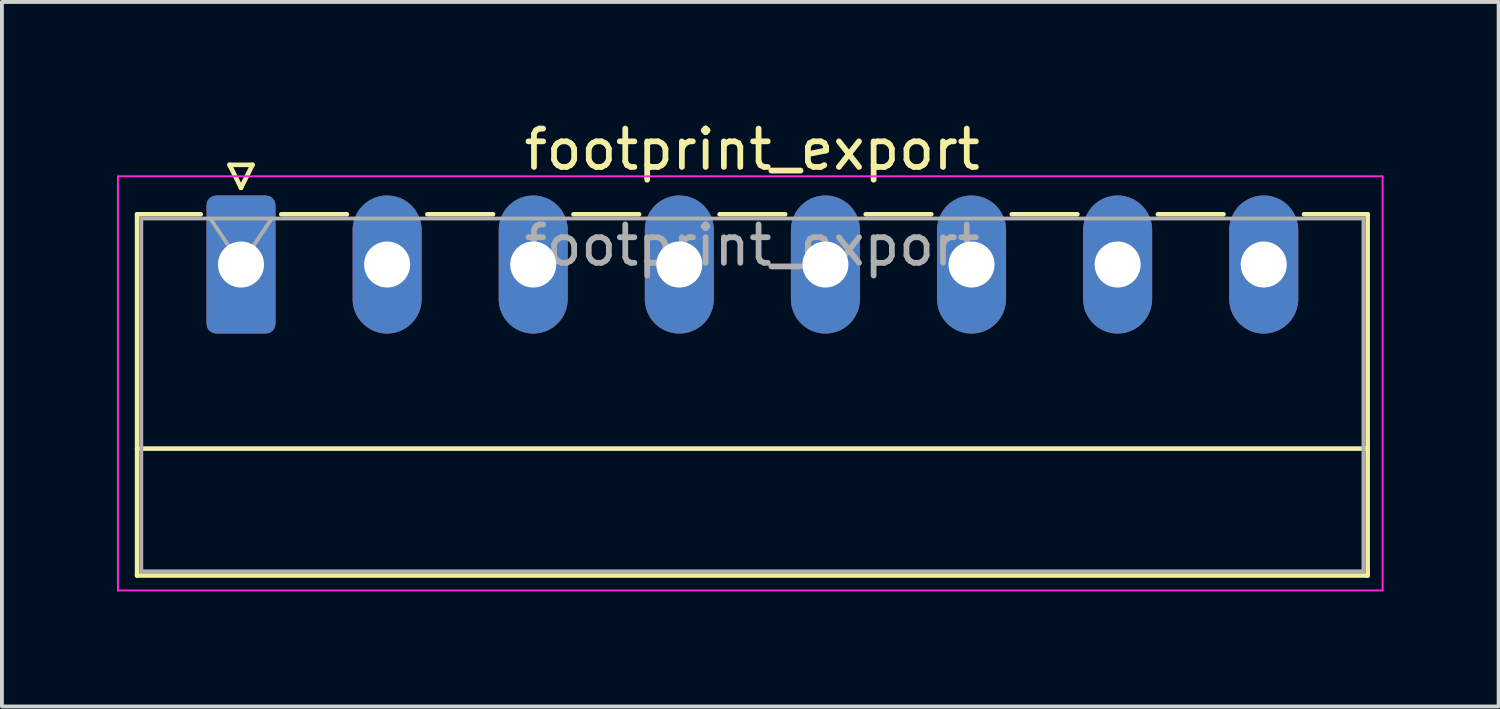
<source format=kicad_pcb>
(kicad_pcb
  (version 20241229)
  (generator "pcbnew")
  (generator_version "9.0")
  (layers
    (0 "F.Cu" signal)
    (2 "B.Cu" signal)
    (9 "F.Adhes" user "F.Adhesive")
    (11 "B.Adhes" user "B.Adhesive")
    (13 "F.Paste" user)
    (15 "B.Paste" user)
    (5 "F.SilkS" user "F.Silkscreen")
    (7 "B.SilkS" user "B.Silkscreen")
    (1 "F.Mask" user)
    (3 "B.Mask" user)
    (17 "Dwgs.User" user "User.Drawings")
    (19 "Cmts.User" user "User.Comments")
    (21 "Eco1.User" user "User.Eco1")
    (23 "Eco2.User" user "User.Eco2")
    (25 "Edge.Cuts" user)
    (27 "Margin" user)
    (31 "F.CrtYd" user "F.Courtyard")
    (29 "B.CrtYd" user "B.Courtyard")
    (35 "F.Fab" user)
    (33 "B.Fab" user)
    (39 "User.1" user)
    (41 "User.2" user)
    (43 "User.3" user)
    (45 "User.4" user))
  (footprint "footprint_export"
    (layer "F.Cu")
    (at 3.235 3.848)
    (property "Reference" "footprint_export" (at 13.33 -3 0) (layer "F.SilkS") (effects (font (size 1 1) (thickness 0.15))))
    (attr through_hole)
    (fp_line (start -2.71 -1.31) (end -2.71 8.11) (stroke (width 0.12) (type solid)) (layer "F.SilkS"))
    (fp_line (start -2.71 -1.31) (end -1.05 -1.31) (stroke (width 0.12) (type solid)) (layer "F.SilkS"))
    (fp_line (start -2.71 4.8) (end 29.38 4.8) (stroke (width 0.12) (type solid)) (layer "F.SilkS"))
    (fp_line (start -2.71 8.11) (end 29.38 8.11) (stroke (width 0.12) (type solid)) (layer "F.SilkS"))
    (fp_line (start -0.3 -2.6) (end 0.3 -2.6) (stroke (width 0.12) (type solid)) (layer "F.SilkS"))
    (fp_line (start 0 -2) (end -0.3 -2.6) (stroke (width 0.12) (type solid)) (layer "F.SilkS"))
    (fp_line (start 0.3 -2.6) (end 0 -2) (stroke (width 0.12) (type solid)) (layer "F.SilkS"))
    (fp_line (start 1.05 -1.31) (end 2.76 -1.31) (stroke (width 0.12) (type solid)) (layer "F.SilkS"))
    (fp_line (start 4.86 -1.31) (end 6.57 -1.31) (stroke (width 0.12) (type solid)) (layer "F.SilkS"))
    (fp_line (start 8.67 -1.31) (end 10.38 -1.31) (stroke (width 0.12) (type solid)) (layer "F.SilkS"))
    (fp_line (start 12.48 -1.31) (end 14.19 -1.31) (stroke (width 0.12) (type solid)) (layer "F.SilkS"))
    (fp_line (start 16.29 -1.31) (end 18 -1.31) (stroke (width 0.12) (type solid)) (layer "F.SilkS"))
    (fp_line (start 20.1 -1.31) (end 21.81 -1.31) (stroke (width 0.12) (type solid)) (layer "F.SilkS"))
    (fp_line (start 23.91 -1.31) (end 25.62 -1.31) (stroke (width 0.12) (type solid)) (layer "F.SilkS"))
    (fp_line (start 29.38 -1.31) (end 27.72 -1.31) (stroke (width 0.12) (type solid)) (layer "F.SilkS"))
    (fp_line (start 29.38 8.11) (end 29.38 -1.31) (stroke (width 0.12) (type solid)) (layer "F.SilkS"))
    (fp_line (start -3.21 -2.3) (end -3.21 8.5) (stroke (width 0.05) (type solid)) (layer "F.CrtYd"))
    (fp_line (start -3.21 8.5) (end 29.77 8.5) (stroke (width 0.05) (type solid)) (layer "F.CrtYd"))
    (fp_line (start 29.77 -2.3) (end -3.21 -2.3) (stroke (width 0.05) (type solid)) (layer "F.CrtYd"))
    (fp_line (start 29.77 8.5) (end 29.77 -2.3) (stroke (width 0.05) (type solid)) (layer "F.CrtYd"))
    (fp_line (start -2.6 -1.2) (end -2.6 8) (stroke (width 0.1) (type solid)) (layer "F.Fab"))
    (fp_line (start -2.6 8) (end 29.27 8) (stroke (width 0.1) (type solid)) (layer "F.Fab"))
    (fp_line (start 0 0) (end -0.8 -1.2) (stroke (width 0.1) (type solid)) (layer "F.Fab"))
    (fp_line (start 0.8 -1.2) (end 0 0) (stroke (width 0.1) (type solid)) (layer "F.Fab"))
    (fp_line (start 29.27 -1.2) (end -2.6 -1.2) (stroke (width 0.1) (type solid)) (layer "F.Fab"))
    (fp_line (start 29.27 8) (end 29.27 -1.2) (stroke (width 0.1) (type solid)) (layer "F.Fab"))
    (fp_text user "${REFERENCE}" (at 13.33 -0.5 0) (layer "F.Fab") (effects (font (size 1 1) (thickness 0.15))))
    (pad "1" thru_hole roundrect (at 0 0) (size 1.8 3.6) (drill 1.2) (layers "*.Cu" "*.Mask") (roundrect_rratio 0.139))
    (pad "2" thru_hole oval (at 3.81 0) (size 1.8 3.6) (drill 1.2) (layers "*.Cu" "*.Mask"))
    (pad "3" thru_hole oval (at 7.62 0) (size 1.8 3.6) (drill 1.2) (layers "*.Cu" "*.Mask"))
    (pad "4" thru_hole oval (at 11.43 0) (size 1.8 3.6) (drill 1.2) (layers "*.Cu" "*.Mask"))
    (pad "5" thru_hole oval (at 15.24 0) (size 1.8 3.6) (drill 1.2) (layers "*.Cu" "*.Mask"))
    (pad "6" thru_hole oval (at 19.05 0) (size 1.8 3.6) (drill 1.2) (layers "*.Cu" "*.Mask"))
    (pad "7" thru_hole oval (at 22.86 0) (size 1.8 3.6) (drill 1.2) (layers "*.Cu" "*.Mask"))
    (pad "8" thru_hole oval (at 26.67 0) (size 1.8 3.6) (drill 1.2) (layers "*.Cu" "*.Mask")))
  (gr_rect
    (start -3 -3)
    (end 36.03 15.373)
    (stroke (width 0.1) (type default))
    (fill no)
    (layer "Edge.Cuts")))
</source>
